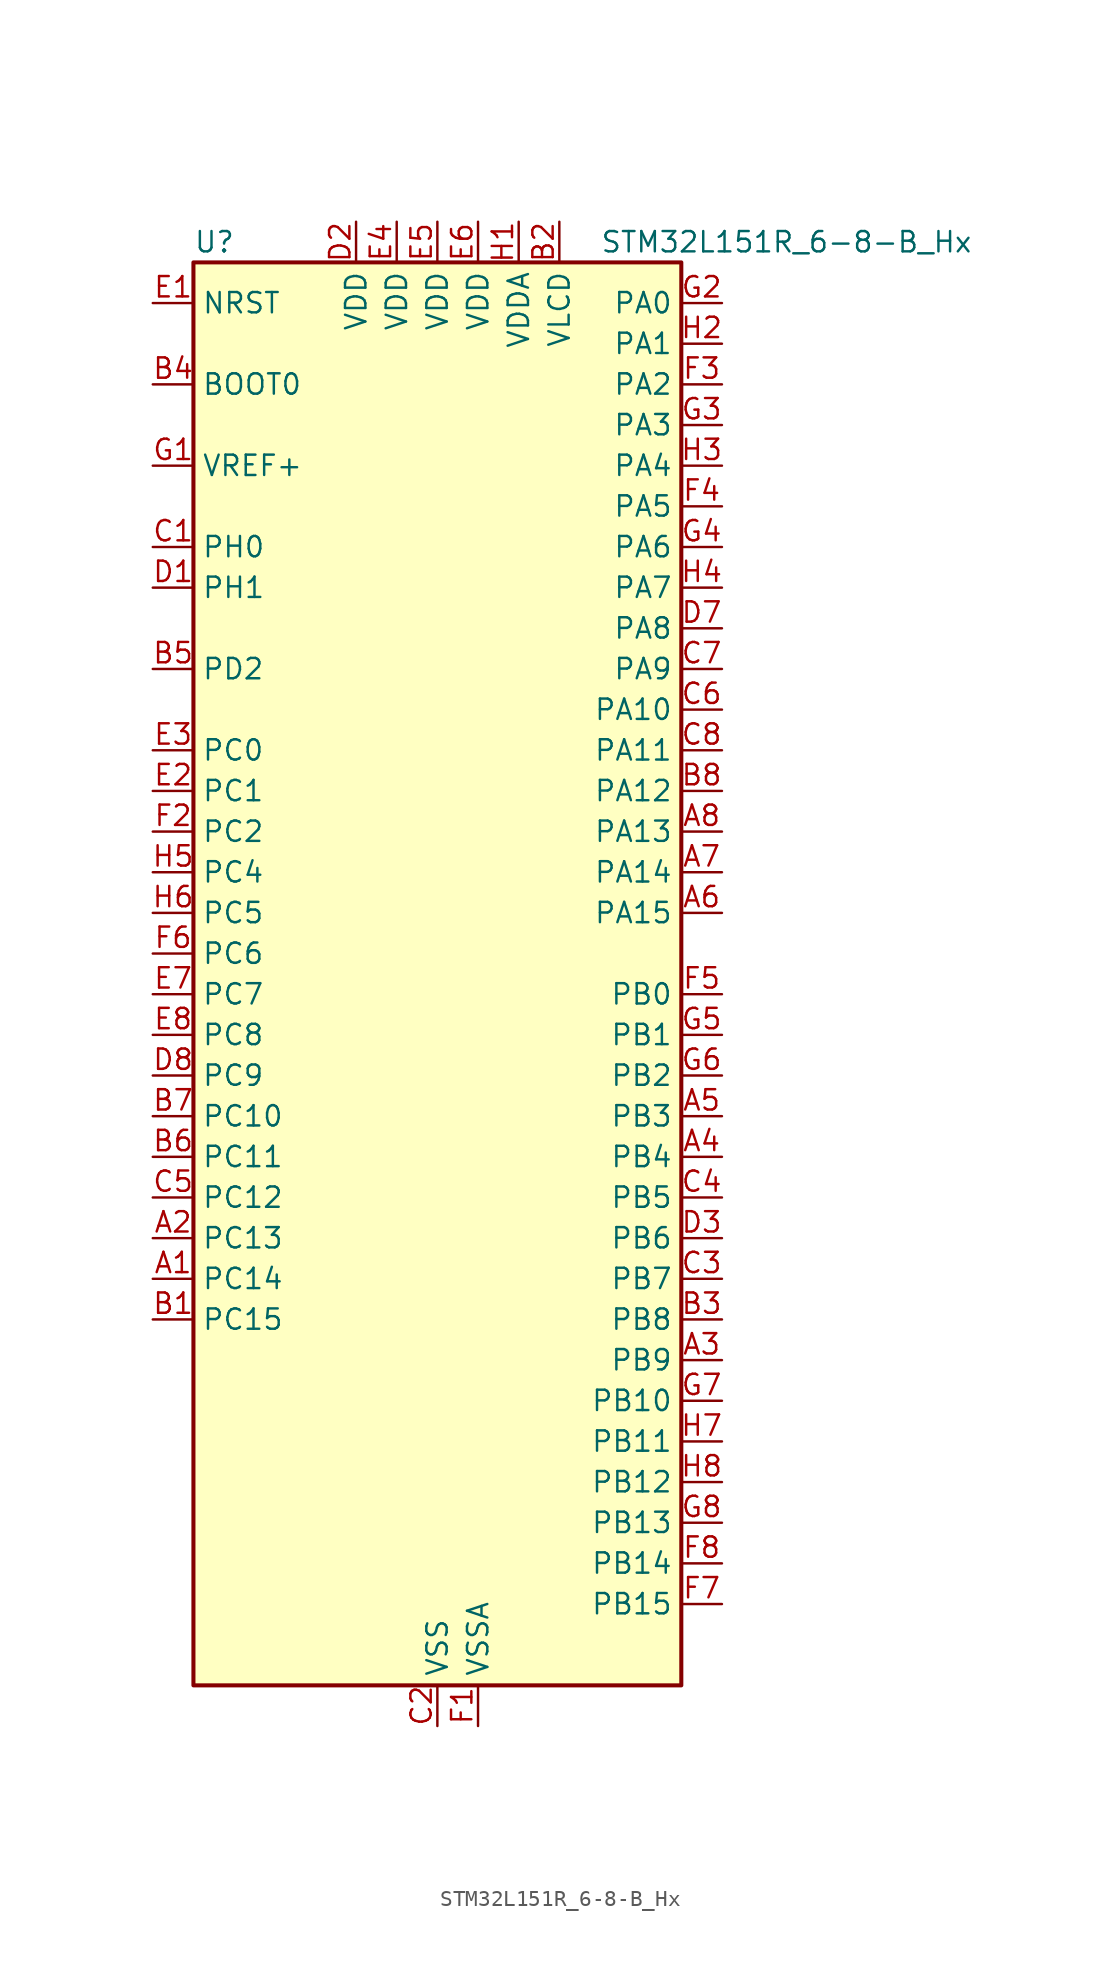
<source format=kicad_sym>
(kicad_symbol_lib
  (version 20231120)
  (generator "kicad_symbol_editor")
  (generator_version "8.0")
  (symbol "STM32L151R_6-8-B_Hx"
    (property "Reference" "U"
      (at -15.24 46.99 0)
      (effects (font (size 1.27 1.27)) (justify left)))
    (property "Value" "STM32L151R_6-8-B_Hx"
      (at 10.16 46.99 0)
      (effects (font (size 1.27 1.27)) (justify left)))
    (property "ki_locked" ""
      (at 0 0 0)
      (effects (font (size 1.27 1.27))))
    (symbol "STM32L151R_6-8-B_Hx_0_1"
      (rectangle (start -15.24 -43.18) (end 15.24 45.72) (stroke (width 0.254) (type default)) (fill (type background))))
    (symbol "STM32L151R_6-8-B_Hx_1_1"
      (pin bidirectional line (at -17.78 -17.78 0) (length 2.54) (name "PC14" (effects (font (size 1.27 1.27)))) (number "A1" (effects (font (size 1.27 1.27)))) (alternate "RCC_OSC32_IN" bidirectional line) (alternate "TIMX_IC3" bidirectional line))
      (pin bidirectional line (at -17.78 -15.24 0) (length 2.54) (name "PC13" (effects (font (size 1.27 1.27)))) (number "A2" (effects (font (size 1.27 1.27)))) (alternate "RTC_OUT_ALARM" bidirectional line) (alternate "RTC_OUT_CALIB" bidirectional line) (alternate "RTC_TAMP1" bidirectional line) (alternate "RTC_TS" bidirectional line) (alternate "SYS_WKUP2" bidirectional line) (alternate "TIMX_IC2" bidirectional line))
      (pin bidirectional line (at 17.78 -22.86 180) (length 2.54) (name "PB9" (effects (font (size 1.27 1.27)))) (number "A3" (effects (font (size 1.27 1.27)))) (alternate "DAC_EXTI9" bidirectional line) (alternate "I2C1_SDA" bidirectional line) (alternate "TIM11_CH1" bidirectional line) (alternate "TIM4_CH4" bidirectional line))
      (pin bidirectional line (at 17.78 -10.16 180) (length 2.54) (name "PB4" (effects (font (size 1.27 1.27)))) (number "A4" (effects (font (size 1.27 1.27)))) (alternate "COMP2_INP" bidirectional line) (alternate "SPI1_MISO" bidirectional line) (alternate "SYS_JTRST" bidirectional line) (alternate "TIM3_CH1" bidirectional line) (alternate "TS_G6_IO1" bidirectional line))
      (pin bidirectional line (at 17.78 -7.62 180) (length 2.54) (name "PB3" (effects (font (size 1.27 1.27)))) (number "A5" (effects (font (size 1.27 1.27)))) (alternate "COMP2_INM" bidirectional line) (alternate "SPI1_SCK" bidirectional line) (alternate "SYS_JTDO-TRACESWO" bidirectional line) (alternate "TIM2_CH2" bidirectional line))
      (pin bidirectional line (at 17.78 5.08 180) (length 2.54) (name "PA15" (effects (font (size 1.27 1.27)))) (number "A6" (effects (font (size 1.27 1.27)))) (alternate "ADC_EXTI15" bidirectional line) (alternate "SPI1_NSS" bidirectional line) (alternate "SYS_JTDI" bidirectional line) (alternate "TIM2_CH1" bidirectional line) (alternate "TIM2_ETR" bidirectional line) (alternate "TIMX_IC4" bidirectional line) (alternate "TS_G5_IO3" bidirectional line))
      (pin bidirectional line (at 17.78 7.62 180) (length 2.54) (name "PA14" (effects (font (size 1.27 1.27)))) (number "A7" (effects (font (size 1.27 1.27)))) (alternate "SYS_JTCK-SWCLK" bidirectional line) (alternate "TIMX_IC3" bidirectional line) (alternate "TS_G5_IO2" bidirectional line))
      (pin bidirectional line (at 17.78 10.16 180) (length 2.54) (name "PA13" (effects (font (size 1.27 1.27)))) (number "A8" (effects (font (size 1.27 1.27)))) (alternate "SYS_JTMS-SWDIO" bidirectional line) (alternate "TIMX_IC2" bidirectional line) (alternate "TS_G5_IO1" bidirectional line))
      (pin bidirectional line (at -17.78 -20.32 0) (length 2.54) (name "PC15" (effects (font (size 1.27 1.27)))) (number "B1" (effects (font (size 1.27 1.27)))) (alternate "ADC_EXTI15" bidirectional line) (alternate "RCC_OSC32_OUT" bidirectional line) (alternate "TIMX_IC4" bidirectional line))
      (pin power_in line (at 7.62 48.26 270) (length 2.54) (name "VLCD" (effects (font (size 1.27 1.27)))) (number "B2" (effects (font (size 1.27 1.27)))))
      (pin bidirectional line (at 17.78 -20.32 180) (length 2.54) (name "PB8" (effects (font (size 1.27 1.27)))) (number "B3" (effects (font (size 1.27 1.27)))) (alternate "I2C1_SCL" bidirectional line) (alternate "TIM10_CH1" bidirectional line) (alternate "TIM4_CH3" bidirectional line))
      (pin input line (at -17.78 38.1 0) (length 2.54) (name "BOOT0" (effects (font (size 1.27 1.27)))) (number "B4" (effects (font (size 1.27 1.27)))))
      (pin bidirectional line (at -17.78 20.32 0) (length 2.54) (name "PD2" (effects (font (size 1.27 1.27)))) (number "B5" (effects (font (size 1.27 1.27)))) (alternate "TIM3_ETR" bidirectional line) (alternate "TIMX_IC3" bidirectional line))
      (pin bidirectional line (at -17.78 -10.16 0) (length 2.54) (name "PC11" (effects (font (size 1.27 1.27)))) (number "B6" (effects (font (size 1.27 1.27)))) (alternate "ADC_EXTI11" bidirectional line) (alternate "TIMX_IC4" bidirectional line) (alternate "USART3_RX" bidirectional line))
      (pin bidirectional line (at -17.78 -7.62 0) (length 2.54) (name "PC10" (effects (font (size 1.27 1.27)))) (number "B7" (effects (font (size 1.27 1.27)))) (alternate "TIMX_IC3" bidirectional line) (alternate "USART3_TX" bidirectional line))
      (pin bidirectional line (at 17.78 12.7 180) (length 2.54) (name "PA12" (effects (font (size 1.27 1.27)))) (number "B8" (effects (font (size 1.27 1.27)))) (alternate "SPI1_MOSI" bidirectional line) (alternate "TIMX_IC1" bidirectional line) (alternate "USART1_RTS" bidirectional line) (alternate "USB_DP" bidirectional line))
      (pin bidirectional line (at -17.78 27.94 0) (length 2.54) (name "PH0" (effects (font (size 1.27 1.27)))) (number "C1" (effects (font (size 1.27 1.27)))) (alternate "RCC_OSC_IN" bidirectional line))
      (pin power_in line (at 0 -45.72 90) (length 2.54) (name "VSS" (effects (font (size 1.27 1.27)))) (number "C2" (effects (font (size 1.27 1.27)))))
      (pin bidirectional line (at 17.78 -17.78 180) (length 2.54) (name "PB7" (effects (font (size 1.27 1.27)))) (number "C3" (effects (font (size 1.27 1.27)))) (alternate "I2C1_SDA" bidirectional line) (alternate "SYS_PVD_IN" bidirectional line) (alternate "TIM4_CH2" bidirectional line) (alternate "USART1_RX" bidirectional line))
      (pin bidirectional line (at 17.78 -12.7 180) (length 2.54) (name "PB5" (effects (font (size 1.27 1.27)))) (number "C4" (effects (font (size 1.27 1.27)))) (alternate "COMP2_INP" bidirectional line) (alternate "I2C1_SMBA" bidirectional line) (alternate "SPI1_MOSI" bidirectional line) (alternate "TIM3_CH2" bidirectional line) (alternate "TS_G6_IO2" bidirectional line))
      (pin bidirectional line (at -17.78 -12.7 0) (length 2.54) (name "PC12" (effects (font (size 1.27 1.27)))) (number "C5" (effects (font (size 1.27 1.27)))) (alternate "TIMX_IC1" bidirectional line) (alternate "USART3_CK" bidirectional line))
      (pin bidirectional line (at 17.78 17.78 180) (length 2.54) (name "PA10" (effects (font (size 1.27 1.27)))) (number "C6" (effects (font (size 1.27 1.27)))) (alternate "TIMX_IC3" bidirectional line) (alternate "TS_G4_IO3" bidirectional line) (alternate "USART1_RX" bidirectional line))
      (pin bidirectional line (at 17.78 20.32 180) (length 2.54) (name "PA9" (effects (font (size 1.27 1.27)))) (number "C7" (effects (font (size 1.27 1.27)))) (alternate "DAC_EXTI9" bidirectional line) (alternate "TIMX_IC2" bidirectional line) (alternate "TS_G4_IO2" bidirectional line) (alternate "USART1_TX" bidirectional line))
      (pin bidirectional line (at 17.78 15.24 180) (length 2.54) (name "PA11" (effects (font (size 1.27 1.27)))) (number "C8" (effects (font (size 1.27 1.27)))) (alternate "ADC_EXTI11" bidirectional line) (alternate "SPI1_MISO" bidirectional line) (alternate "TIMX_IC4" bidirectional line) (alternate "USART1_CTS" bidirectional line) (alternate "USB_DM" bidirectional line))
      (pin bidirectional line (at -17.78 25.4 0) (length 2.54) (name "PH1" (effects (font (size 1.27 1.27)))) (number "D1" (effects (font (size 1.27 1.27)))) (alternate "RCC_OSC_OUT" bidirectional line))
      (pin power_in line (at -5.08 48.26 270) (length 2.54) (name "VDD" (effects (font (size 1.27 1.27)))) (number "D2" (effects (font (size 1.27 1.27)))))
      (pin bidirectional line (at 17.78 -15.24 180) (length 2.54) (name "PB6" (effects (font (size 1.27 1.27)))) (number "D3" (effects (font (size 1.27 1.27)))) (alternate "I2C1_SCL" bidirectional line) (alternate "TIM4_CH1" bidirectional line) (alternate "USART1_TX" bidirectional line))
      (pin passive line (at 0 -45.72 90) (length 2.54) hide (name "VSS" (effects (font (size 1.27 1.27)))) (number "D4" (effects (font (size 1.27 1.27)))))
      (pin passive line (at 0 -45.72 90) (length 2.54) hide (name "VSS" (effects (font (size 1.27 1.27)))) (number "D5" (effects (font (size 1.27 1.27)))))
      (pin passive line (at 0 -45.72 90) (length 2.54) hide (name "VSS" (effects (font (size 1.27 1.27)))) (number "D6" (effects (font (size 1.27 1.27)))))
      (pin bidirectional line (at 17.78 22.86 180) (length 2.54) (name "PA8" (effects (font (size 1.27 1.27)))) (number "D7" (effects (font (size 1.27 1.27)))) (alternate "RCC_MCO" bidirectional line) (alternate "TIMX_IC1" bidirectional line) (alternate "TS_G4_IO1" bidirectional line) (alternate "USART1_CK" bidirectional line))
      (pin bidirectional line (at -17.78 -5.08 0) (length 2.54) (name "PC9" (effects (font (size 1.27 1.27)))) (number "D8" (effects (font (size 1.27 1.27)))) (alternate "DAC_EXTI9" bidirectional line) (alternate "TIM3_CH4" bidirectional line) (alternate "TIMX_IC2" bidirectional line) (alternate "TS_G10_IO4" bidirectional line))
      (pin input line (at -17.78 43.18 0) (length 2.54) (name "NRST" (effects (font (size 1.27 1.27)))) (number "E1" (effects (font (size 1.27 1.27)))))
      (pin bidirectional line (at -17.78 12.7 0) (length 2.54) (name "PC1" (effects (font (size 1.27 1.27)))) (number "E2" (effects (font (size 1.27 1.27)))) (alternate "ADC_IN11" bidirectional line) (alternate "COMP1_INP" bidirectional line) (alternate "TIMX_IC2" bidirectional line) (alternate "TS_G8_IO2" bidirectional line))
      (pin bidirectional line (at -17.78 15.24 0) (length 2.54) (name "PC0" (effects (font (size 1.27 1.27)))) (number "E3" (effects (font (size 1.27 1.27)))) (alternate "ADC_IN10" bidirectional line) (alternate "COMP1_INP" bidirectional line) (alternate "TIMX_IC1" bidirectional line) (alternate "TS_G8_IO1" bidirectional line))
      (pin power_in line (at -2.54 48.26 270) (length 2.54) (name "VDD" (effects (font (size 1.27 1.27)))) (number "E4" (effects (font (size 1.27 1.27)))))
      (pin power_in line (at 0 48.26 270) (length 2.54) (name "VDD" (effects (font (size 1.27 1.27)))) (number "E5" (effects (font (size 1.27 1.27)))))
      (pin power_in line (at 2.54 48.26 270) (length 2.54) (name "VDD" (effects (font (size 1.27 1.27)))) (number "E6" (effects (font (size 1.27 1.27)))))
      (pin bidirectional line (at -17.78 0 0) (length 2.54) (name "PC7" (effects (font (size 1.27 1.27)))) (number "E7" (effects (font (size 1.27 1.27)))) (alternate "TIM3_CH2" bidirectional line) (alternate "TIMX_IC4" bidirectional line) (alternate "TS_G10_IO2" bidirectional line))
      (pin bidirectional line (at -17.78 -2.54 0) (length 2.54) (name "PC8" (effects (font (size 1.27 1.27)))) (number "E8" (effects (font (size 1.27 1.27)))) (alternate "TIM3_CH3" bidirectional line) (alternate "TIMX_IC1" bidirectional line) (alternate "TS_G10_IO3" bidirectional line))
      (pin power_in line (at 2.54 -45.72 90) (length 2.54) (name "VSSA" (effects (font (size 1.27 1.27)))) (number "F1" (effects (font (size 1.27 1.27)))))
      (pin bidirectional line (at -17.78 10.16 0) (length 2.54) (name "PC2" (effects (font (size 1.27 1.27)))) (number "F2" (effects (font (size 1.27 1.27)))) (alternate "ADC_IN12" bidirectional line) (alternate "COMP1_INP" bidirectional line) (alternate "TIMX_IC3" bidirectional line) (alternate "TS_G8_IO3" bidirectional line))
      (pin bidirectional line (at 17.78 38.1 180) (length 2.54) (name "PA2" (effects (font (size 1.27 1.27)))) (number "F3" (effects (font (size 1.27 1.27)))) (alternate "ADC_IN2" bidirectional line) (alternate "COMP1_INP" bidirectional line) (alternate "TIM2_CH3" bidirectional line) (alternate "TIM9_CH1" bidirectional line) (alternate "TIMX_IC3" bidirectional line) (alternate "TS_G1_IO3" bidirectional line) (alternate "USART2_TX" bidirectional line))
      (pin bidirectional line (at 17.78 30.48 180) (length 2.54) (name "PA5" (effects (font (size 1.27 1.27)))) (number "F4" (effects (font (size 1.27 1.27)))) (alternate "ADC_IN5" bidirectional line) (alternate "COMP1_INP" bidirectional line) (alternate "DAC_OUT2" bidirectional line) (alternate "SPI1_SCK" bidirectional line) (alternate "TIM2_CH1" bidirectional line) (alternate "TIM2_ETR" bidirectional line) (alternate "TIMX_IC2" bidirectional line))
      (pin bidirectional line (at 17.78 0 180) (length 2.54) (name "PB0" (effects (font (size 1.27 1.27)))) (number "F5" (effects (font (size 1.27 1.27)))) (alternate "ADC_IN8" bidirectional line) (alternate "COMP1_INP" bidirectional line) (alternate "SYS_V_REF_OUT" bidirectional line) (alternate "TIM3_CH3" bidirectional line) (alternate "TS_G3_IO1" bidirectional line))
      (pin bidirectional line (at -17.78 2.54 0) (length 2.54) (name "PC6" (effects (font (size 1.27 1.27)))) (number "F6" (effects (font (size 1.27 1.27)))) (alternate "TIM3_CH1" bidirectional line) (alternate "TIMX_IC3" bidirectional line) (alternate "TS_G10_IO1" bidirectional line))
      (pin bidirectional line (at 17.78 -38.1 180) (length 2.54) (name "PB15" (effects (font (size 1.27 1.27)))) (number "F7" (effects (font (size 1.27 1.27)))) (alternate "ADC_EXTI15" bidirectional line) (alternate "ADC_IN21" bidirectional line) (alternate "COMP1_INP" bidirectional line) (alternate "RTC_REFIN" bidirectional line) (alternate "SPI2_MOSI" bidirectional line) (alternate "TIM11_CH1" bidirectional line) (alternate "TS_G7_IO4" bidirectional line))
      (pin bidirectional line (at 17.78 -35.56 180) (length 2.54) (name "PB14" (effects (font (size 1.27 1.27)))) (number "F8" (effects (font (size 1.27 1.27)))) (alternate "ADC_IN20" bidirectional line) (alternate "COMP1_INP" bidirectional line) (alternate "SPI2_MISO" bidirectional line) (alternate "TIM9_CH2" bidirectional line) (alternate "TS_G7_IO3" bidirectional line) (alternate "USART3_RTS" bidirectional line))
      (pin input line (at -17.78 33.02 0) (length 2.54) (name "VREF+" (effects (font (size 1.27 1.27)))) (number "G1" (effects (font (size 1.27 1.27)))))
      (pin bidirectional line (at 17.78 43.18 180) (length 2.54) (name "PA0" (effects (font (size 1.27 1.27)))) (number "G2" (effects (font (size 1.27 1.27)))) (alternate "ADC_IN0" bidirectional line) (alternate "COMP1_INP" bidirectional line) (alternate "SYS_WKUP1" bidirectional line) (alternate "TIM2_CH1" bidirectional line) (alternate "TIM2_ETR" bidirectional line) (alternate "TIMX_IC1" bidirectional line) (alternate "TS_G1_IO1" bidirectional line) (alternate "USART2_CTS" bidirectional line))
      (pin bidirectional line (at 17.78 35.56 180) (length 2.54) (name "PA3" (effects (font (size 1.27 1.27)))) (number "G3" (effects (font (size 1.27 1.27)))) (alternate "ADC_IN3" bidirectional line) (alternate "COMP1_INP" bidirectional line) (alternate "TIM2_CH4" bidirectional line) (alternate "TIM9_CH2" bidirectional line) (alternate "TIMX_IC4" bidirectional line) (alternate "TS_G1_IO4" bidirectional line) (alternate "USART2_RX" bidirectional line))
      (pin bidirectional line (at 17.78 27.94 180) (length 2.54) (name "PA6" (effects (font (size 1.27 1.27)))) (number "G4" (effects (font (size 1.27 1.27)))) (alternate "ADC_IN6" bidirectional line) (alternate "COMP1_INP" bidirectional line) (alternate "SPI1_MISO" bidirectional line) (alternate "TIM10_CH1" bidirectional line) (alternate "TIM3_CH1" bidirectional line) (alternate "TIMX_IC3" bidirectional line) (alternate "TS_G2_IO1" bidirectional line))
      (pin bidirectional line (at 17.78 -2.54 180) (length 2.54) (name "PB1" (effects (font (size 1.27 1.27)))) (number "G5" (effects (font (size 1.27 1.27)))) (alternate "ADC_IN9" bidirectional line) (alternate "COMP1_INP" bidirectional line) (alternate "SYS_V_REF_OUT" bidirectional line) (alternate "TIM3_CH4" bidirectional line) (alternate "TS_G3_IO2" bidirectional line))
      (pin bidirectional line (at 17.78 -5.08 180) (length 2.54) (name "PB2" (effects (font (size 1.27 1.27)))) (number "G6" (effects (font (size 1.27 1.27)))))
      (pin bidirectional line (at 17.78 -25.4 180) (length 2.54) (name "PB10" (effects (font (size 1.27 1.27)))) (number "G7" (effects (font (size 1.27 1.27)))) (alternate "I2C2_SCL" bidirectional line) (alternate "TIM2_CH3" bidirectional line) (alternate "USART3_TX" bidirectional line))
      (pin bidirectional line (at 17.78 -33.02 180) (length 2.54) (name "PB13" (effects (font (size 1.27 1.27)))) (number "G8" (effects (font (size 1.27 1.27)))) (alternate "ADC_IN19" bidirectional line) (alternate "COMP1_INP" bidirectional line) (alternate "SPI2_SCK" bidirectional line) (alternate "TIM9_CH1" bidirectional line) (alternate "TS_G7_IO2" bidirectional line) (alternate "USART3_CTS" bidirectional line))
      (pin power_in line (at 5.08 48.26 270) (length 2.54) (name "VDDA" (effects (font (size 1.27 1.27)))) (number "H1" (effects (font (size 1.27 1.27)))))
      (pin bidirectional line (at 17.78 40.64 180) (length 2.54) (name "PA1" (effects (font (size 1.27 1.27)))) (number "H2" (effects (font (size 1.27 1.27)))) (alternate "ADC_IN1" bidirectional line) (alternate "COMP1_INP" bidirectional line) (alternate "TIM2_CH2" bidirectional line) (alternate "TIMX_IC2" bidirectional line) (alternate "TS_G1_IO2" bidirectional line) (alternate "USART2_RTS" bidirectional line))
      (pin bidirectional line (at 17.78 33.02 180) (length 2.54) (name "PA4" (effects (font (size 1.27 1.27)))) (number "H3" (effects (font (size 1.27 1.27)))) (alternate "ADC_IN4" bidirectional line) (alternate "COMP1_INP" bidirectional line) (alternate "DAC_OUT1" bidirectional line) (alternate "SPI1_NSS" bidirectional line) (alternate "TIMX_IC1" bidirectional line) (alternate "USART2_CK" bidirectional line))
      (pin bidirectional line (at 17.78 25.4 180) (length 2.54) (name "PA7" (effects (font (size 1.27 1.27)))) (number "H4" (effects (font (size 1.27 1.27)))) (alternate "ADC_IN7" bidirectional line) (alternate "COMP1_INP" bidirectional line) (alternate "SPI1_MOSI" bidirectional line) (alternate "TIM11_CH1" bidirectional line) (alternate "TIM3_CH2" bidirectional line) (alternate "TIMX_IC4" bidirectional line) (alternate "TS_G2_IO2" bidirectional line))
      (pin bidirectional line (at -17.78 7.62 0) (length 2.54) (name "PC4" (effects (font (size 1.27 1.27)))) (number "H5" (effects (font (size 1.27 1.27)))) (alternate "ADC_IN14" bidirectional line) (alternate "COMP1_INP" bidirectional line) (alternate "TIMX_IC1" bidirectional line) (alternate "TS_G9_IO1" bidirectional line))
      (pin bidirectional line (at -17.78 5.08 0) (length 2.54) (name "PC5" (effects (font (size 1.27 1.27)))) (number "H6" (effects (font (size 1.27 1.27)))) (alternate "ADC_IN15" bidirectional line) (alternate "COMP1_INP" bidirectional line) (alternate "TIMX_IC2" bidirectional line) (alternate "TS_G9_IO2" bidirectional line))
      (pin bidirectional line (at 17.78 -27.94 180) (length 2.54) (name "PB11" (effects (font (size 1.27 1.27)))) (number "H7" (effects (font (size 1.27 1.27)))) (alternate "ADC_EXTI11" bidirectional line) (alternate "I2C2_SDA" bidirectional line) (alternate "TIM2_CH4" bidirectional line) (alternate "USART3_RX" bidirectional line))
      (pin bidirectional line (at 17.78 -30.48 180) (length 2.54) (name "PB12" (effects (font (size 1.27 1.27)))) (number "H8" (effects (font (size 1.27 1.27)))) (alternate "ADC_IN18" bidirectional line) (alternate "COMP1_INP" bidirectional line) (alternate "I2C2_SMBA" bidirectional line) (alternate "SPI2_NSS" bidirectional line) (alternate "TIM10_CH1" bidirectional line) (alternate "TS_G7_IO1" bidirectional line) (alternate "USART3_CK" bidirectional line)))))
</source>
